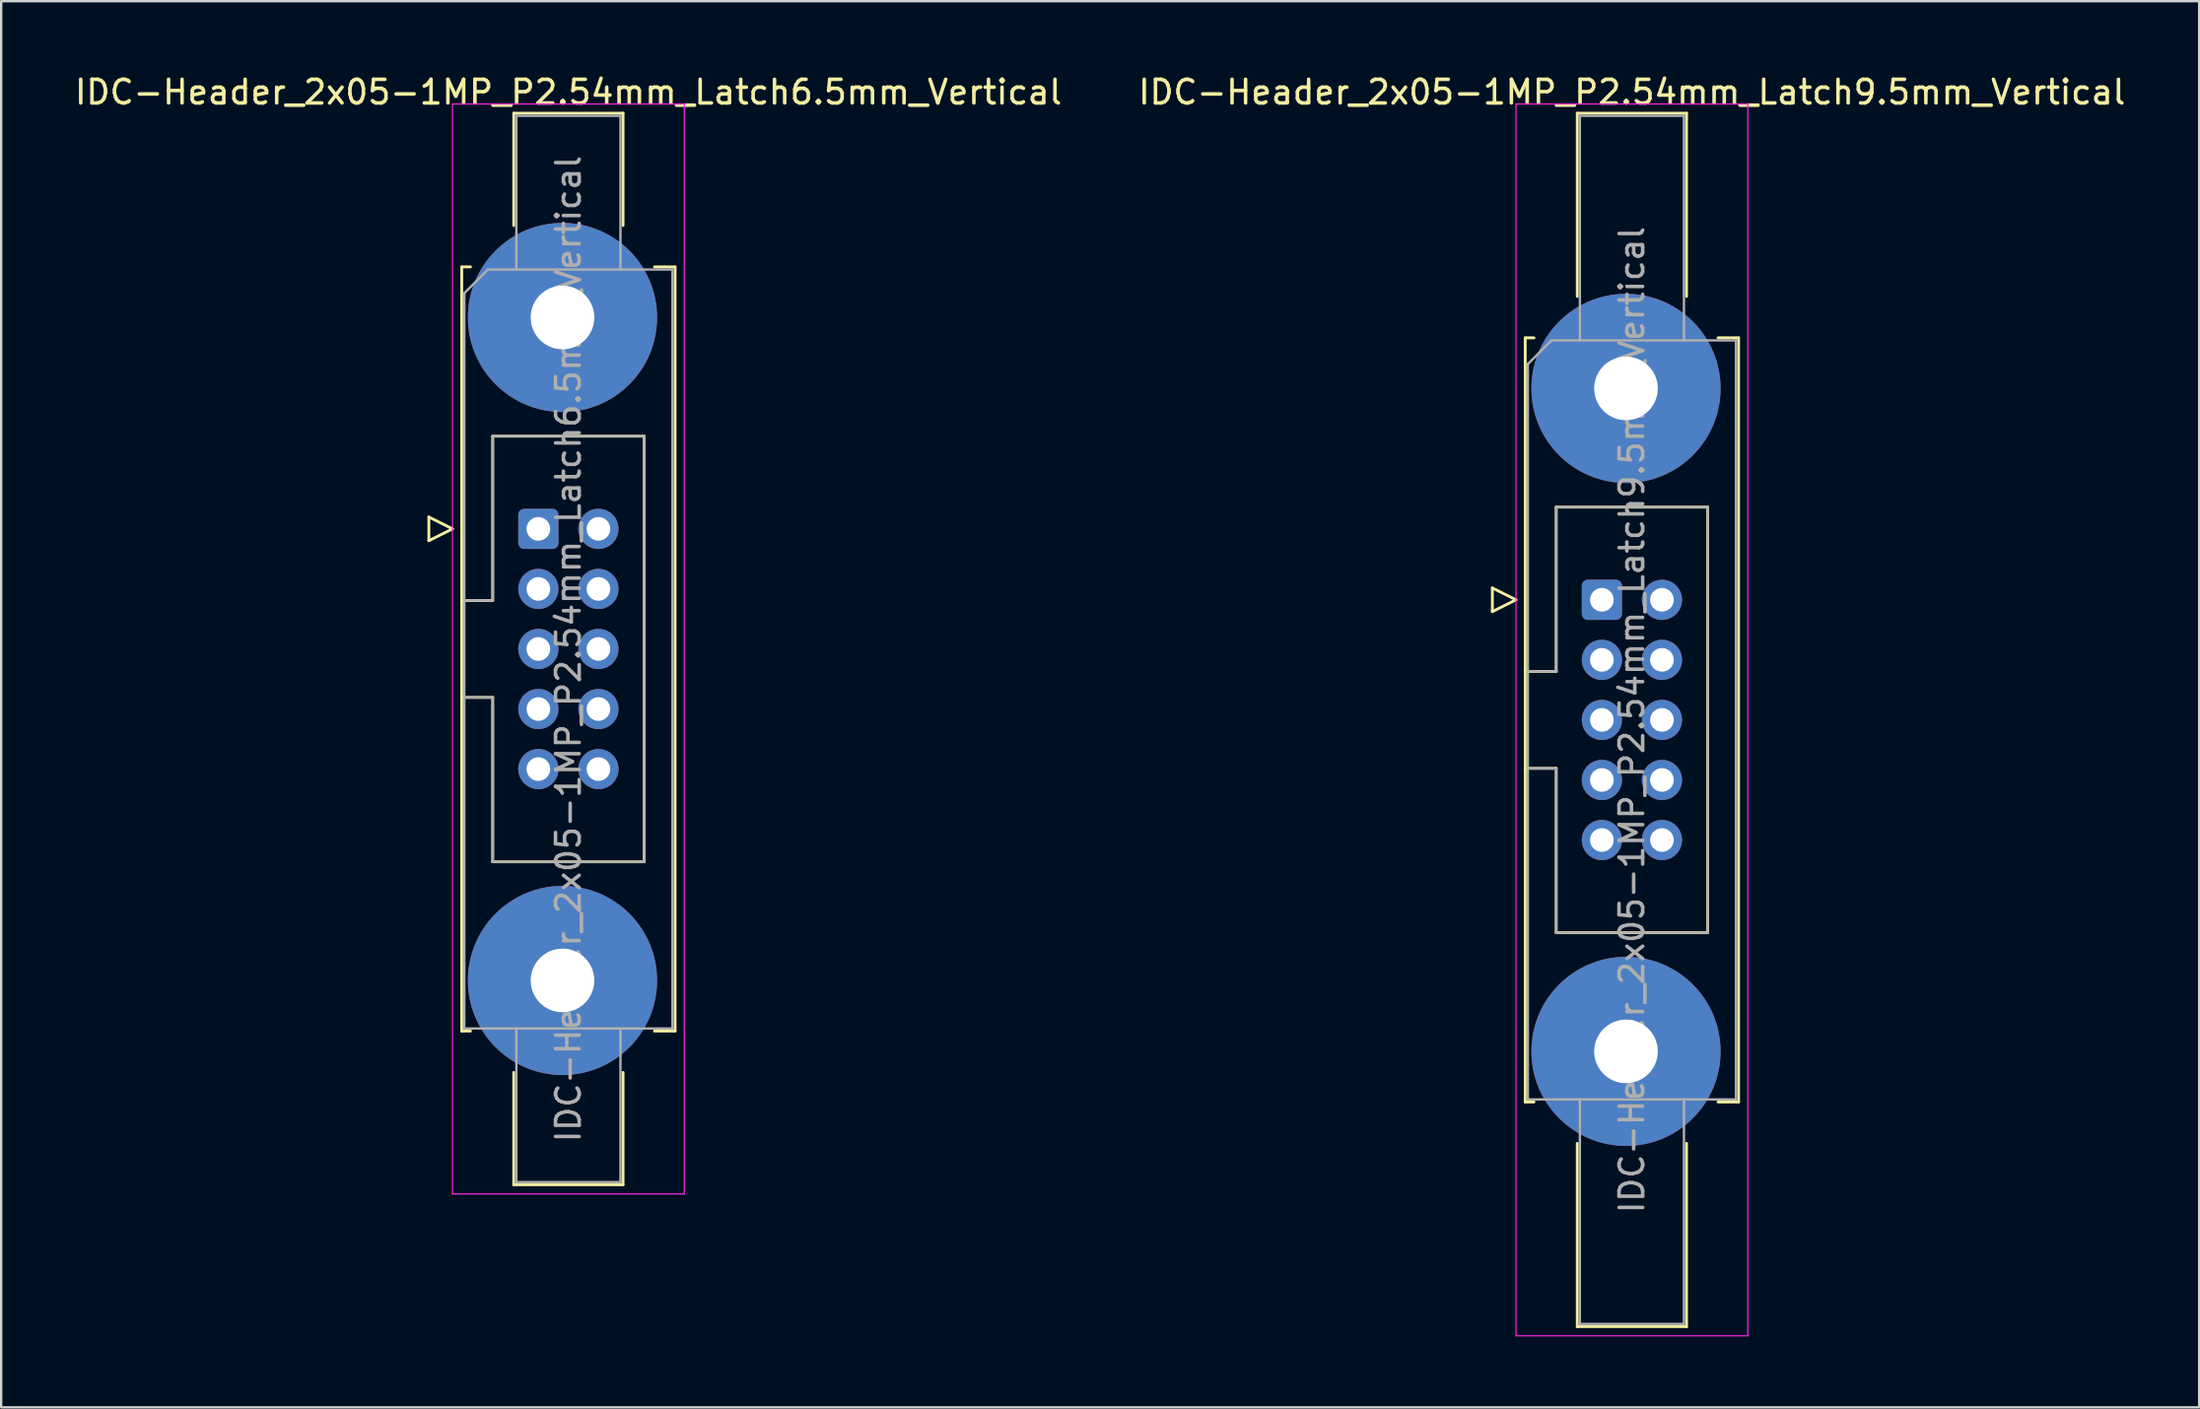
<source format=kicad_pcb>
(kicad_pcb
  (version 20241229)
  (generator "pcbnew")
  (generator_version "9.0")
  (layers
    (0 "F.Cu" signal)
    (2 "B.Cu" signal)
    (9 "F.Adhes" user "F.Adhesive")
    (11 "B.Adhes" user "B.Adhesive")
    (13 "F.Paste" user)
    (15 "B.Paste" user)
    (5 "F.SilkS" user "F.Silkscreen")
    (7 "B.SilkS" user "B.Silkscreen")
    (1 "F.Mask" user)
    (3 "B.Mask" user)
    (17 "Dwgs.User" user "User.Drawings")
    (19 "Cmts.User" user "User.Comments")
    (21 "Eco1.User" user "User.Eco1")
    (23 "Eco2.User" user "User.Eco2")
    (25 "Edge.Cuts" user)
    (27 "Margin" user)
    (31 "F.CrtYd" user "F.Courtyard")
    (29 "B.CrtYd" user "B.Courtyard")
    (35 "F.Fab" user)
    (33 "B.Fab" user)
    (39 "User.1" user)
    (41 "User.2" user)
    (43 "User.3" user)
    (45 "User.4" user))
  (footprint "IDC-Header_2x05-1MP_P2.54mm_Latch6.5mm_Vertical"
    (layer "F.Cu")
    (at 19.712 19.318)
    (property "Reference" "IDC-Header_2x05-1MP_P2.54mm_Latch6.5mm_Vertical" (at 1.27 -18.47 0) (layer "F.SilkS") (effects (font (size 1 1) (thickness 0.15))))
    (attr through_hole)
    (fp_line (start -4.63 -0.5) (end -4.63 0.5) (stroke (width 0.12) (type solid)) (layer "F.SilkS"))
    (fp_line (start -4.63 0.5) (end -3.63 0) (stroke (width 0.12) (type solid)) (layer "F.SilkS"))
    (fp_line (start -3.63 0) (end -4.63 -0.5) (stroke (width 0.12) (type solid)) (layer "F.SilkS"))
    (fp_line (start -3.24 -11.08) (end -3.24 21.24) (stroke (width 0.12) (type solid)) (layer "F.SilkS"))
    (fp_line (start -3.24 3.03) (end -1.93 3.03) (stroke (width 0.12) (type solid)) (layer "F.SilkS"))
    (fp_line (start -3.24 21.24) (end -2.87 21.24) (stroke (width 0.12) (type solid)) (layer "F.SilkS"))
    (fp_line (start -2.87 -11.08) (end -3.24 -11.08) (stroke (width 0.12) (type solid)) (layer "F.SilkS"))
    (fp_line (start -1.93 -3.92) (end 4.47 -3.92) (stroke (width 0.12) (type solid)) (layer "F.SilkS"))
    (fp_line (start -1.93 3.03) (end -1.93 -3.92) (stroke (width 0.12) (type solid)) (layer "F.SilkS"))
    (fp_line (start -1.93 7.13) (end -3.24 7.13) (stroke (width 0.12) (type solid)) (layer "F.SilkS"))
    (fp_line (start -1.93 14.08) (end -1.93 7.13) (stroke (width 0.12) (type solid)) (layer "F.SilkS"))
    (fp_line (start -1.04 -17.58) (end 3.58 -17.58) (stroke (width 0.12) (type solid)) (layer "F.SilkS"))
    (fp_line (start -1.04 -12.83) (end -1.04 -17.58) (stroke (width 0.12) (type solid)) (layer "F.SilkS"))
    (fp_line (start -1.04 22.99) (end -1.04 27.74) (stroke (width 0.12) (type solid)) (layer "F.SilkS"))
    (fp_line (start -1.04 27.74) (end 3.58 27.74) (stroke (width 0.12) (type solid)) (layer "F.SilkS"))
    (fp_line (start 3.58 -17.58) (end 3.58 -12.83) (stroke (width 0.12) (type solid)) (layer "F.SilkS"))
    (fp_line (start 3.58 27.74) (end 3.58 22.99) (stroke (width 0.12) (type solid)) (layer "F.SilkS"))
    (fp_line (start 4.47 -3.92) (end 4.47 14.08) (stroke (width 0.12) (type solid)) (layer "F.SilkS"))
    (fp_line (start 4.47 14.08) (end -1.93 14.08) (stroke (width 0.12) (type solid)) (layer "F.SilkS"))
    (fp_line (start 4.91 -11.08) (end 5.78 -11.08) (stroke (width 0.12) (type solid)) (layer "F.SilkS"))
    (fp_line (start 5.78 -11.08) (end 5.78 21.24) (stroke (width 0.12) (type solid)) (layer "F.SilkS"))
    (fp_line (start 5.78 21.24) (end 4.91 21.24) (stroke (width 0.12) (type solid)) (layer "F.SilkS"))
    (fp_line (start -3.63 -17.97) (end -3.63 28.13) (stroke (width 0.05) (type solid)) (layer "F.CrtYd"))
    (fp_line (start -3.63 28.13) (end 6.17 28.13) (stroke (width 0.05) (type solid)) (layer "F.CrtYd"))
    (fp_line (start 6.17 -17.97) (end -3.63 -17.97) (stroke (width 0.05) (type solid)) (layer "F.CrtYd"))
    (fp_line (start 6.17 28.13) (end 6.17 -17.97) (stroke (width 0.05) (type solid)) (layer "F.CrtYd"))
    (fp_line (start -3.13 -9.97) (end -2.13 -10.97) (stroke (width 0.1) (type solid)) (layer "F.Fab"))
    (fp_line (start -3.13 3.03) (end -1.93 3.03) (stroke (width 0.1) (type solid)) (layer "F.Fab"))
    (fp_line (start -3.13 21.13) (end -3.13 -9.97) (stroke (width 0.1) (type solid)) (layer "F.Fab"))
    (fp_line (start -2.13 -10.97) (end 5.67 -10.97) (stroke (width 0.1) (type solid)) (layer "F.Fab"))
    (fp_line (start -1.93 -3.92) (end 4.47 -3.92) (stroke (width 0.1) (type solid)) (layer "F.Fab"))
    (fp_line (start -1.93 3.03) (end -1.93 -3.92) (stroke (width 0.1) (type solid)) (layer "F.Fab"))
    (fp_line (start -1.93 7.13) (end -3.13 7.13) (stroke (width 0.1) (type solid)) (layer "F.Fab"))
    (fp_line (start -1.93 14.08) (end -1.93 7.13) (stroke (width 0.1) (type solid)) (layer "F.Fab"))
    (fp_line (start -0.93 -17.47) (end 3.47 -17.47) (stroke (width 0.1) (type solid)) (layer "F.Fab"))
    (fp_line (start -0.93 -10.97) (end -0.93 -17.47) (stroke (width 0.1) (type solid)) (layer "F.Fab"))
    (fp_line (start -0.93 21.13) (end -0.93 27.63) (stroke (width 0.1) (type solid)) (layer "F.Fab"))
    (fp_line (start -0.93 27.63) (end 3.47 27.63) (stroke (width 0.1) (type solid)) (layer "F.Fab"))
    (fp_line (start 3.47 -17.47) (end 3.47 -10.97) (stroke (width 0.1) (type solid)) (layer "F.Fab"))
    (fp_line (start 3.47 27.63) (end 3.47 21.13) (stroke (width 0.1) (type solid)) (layer "F.Fab"))
    (fp_line (start 4.47 -3.92) (end 4.47 14.08) (stroke (width 0.1) (type solid)) (layer "F.Fab"))
    (fp_line (start 4.47 14.08) (end -1.93 14.08) (stroke (width 0.1) (type solid)) (layer "F.Fab"))
    (fp_line (start 5.67 -10.97) (end 5.67 21.13) (stroke (width 0.1) (type solid)) (layer "F.Fab"))
    (fp_line (start 5.67 21.13) (end -3.13 21.13) (stroke (width 0.1) (type solid)) (layer "F.Fab"))
    (fp_text user "${REFERENCE}" (at 1.27 5.08 90) (layer "F.Fab") (effects (font (size 1 1) (thickness 0.15))))
    (pad "1" thru_hole roundrect (at 0 0) (size 1.7 1.7) (drill 1) (layers "*.Cu" "*.Mask") (roundrect_rratio 0.147))
    (pad "2" thru_hole circle (at 2.54 0) (size 1.7 1.7) (drill 1) (layers "*.Cu" "*.Mask"))
    (pad "3" thru_hole circle (at 0 2.54) (size 1.7 1.7) (drill 1) (layers "*.Cu" "*.Mask"))
    (pad "4" thru_hole circle (at 2.54 2.54) (size 1.7 1.7) (drill 1) (layers "*.Cu" "*.Mask"))
    (pad "5" thru_hole circle (at 0 5.08) (size 1.7 1.7) (drill 1) (layers "*.Cu" "*.Mask"))
    (pad "6" thru_hole circle (at 2.54 5.08) (size 1.7 1.7) (drill 1) (layers "*.Cu" "*.Mask"))
    (pad "7" thru_hole circle (at 0 7.62) (size 1.7 1.7) (drill 1) (layers "*.Cu" "*.Mask"))
    (pad "8" thru_hole circle (at 2.54 7.62) (size 1.7 1.7) (drill 1) (layers "*.Cu" "*.Mask"))
    (pad "9" thru_hole circle (at 0 10.16) (size 1.7 1.7) (drill 1) (layers "*.Cu" "*.Mask"))
    (pad "10" thru_hole circle (at 2.54 10.16) (size 1.7 1.7) (drill 1) (layers "*.Cu" "*.Mask"))
    (pad "MP" thru_hole circle (at 1.02 -8.94) (size 8 8) (drill 2.69) (layers "*.Cu" "*.Mask"))
    (pad "MP" thru_hole circle (at 1.02 19.1) (size 8 8) (drill 2.69) (layers "*.Cu" "*.Mask")))
  (footprint "IDC-Header_2x05-1MP_P2.54mm_Latch9.5mm_Vertical"
    (layer "F.Cu")
    (at 64.676 22.318)
    (property "Reference" "IDC-Header_2x05-1MP_P2.54mm_Latch9.5mm_Vertical" (at 1.27 -21.47 0) (layer "F.SilkS") (effects (font (size 1 1) (thickness 0.15))))
    (attr through_hole)
    (fp_line (start -4.63 -0.5) (end -4.63 0.5) (stroke (width 0.12) (type solid)) (layer "F.SilkS"))
    (fp_line (start -4.63 0.5) (end -3.63 0) (stroke (width 0.12) (type solid)) (layer "F.SilkS"))
    (fp_line (start -3.63 0) (end -4.63 -0.5) (stroke (width 0.12) (type solid)) (layer "F.SilkS"))
    (fp_line (start -3.24 -11.08) (end -3.24 21.24) (stroke (width 0.12) (type solid)) (layer "F.SilkS"))
    (fp_line (start -3.24 3.03) (end -1.93 3.03) (stroke (width 0.12) (type solid)) (layer "F.SilkS"))
    (fp_line (start -3.24 21.24) (end -2.87 21.24) (stroke (width 0.12) (type solid)) (layer "F.SilkS"))
    (fp_line (start -2.87 -11.08) (end -3.24 -11.08) (stroke (width 0.12) (type solid)) (layer "F.SilkS"))
    (fp_line (start -1.93 -3.92) (end 4.47 -3.92) (stroke (width 0.12) (type solid)) (layer "F.SilkS"))
    (fp_line (start -1.93 3.03) (end -1.93 -3.92) (stroke (width 0.12) (type solid)) (layer "F.SilkS"))
    (fp_line (start -1.93 7.13) (end -3.24 7.13) (stroke (width 0.12) (type solid)) (layer "F.SilkS"))
    (fp_line (start -1.93 14.08) (end -1.93 7.13) (stroke (width 0.12) (type solid)) (layer "F.SilkS"))
    (fp_line (start -1.04 -20.58) (end 3.58 -20.58) (stroke (width 0.12) (type solid)) (layer "F.SilkS"))
    (fp_line (start -1.04 -12.83) (end -1.04 -20.58) (stroke (width 0.12) (type solid)) (layer "F.SilkS"))
    (fp_line (start -1.04 22.99) (end -1.04 30.74) (stroke (width 0.12) (type solid)) (layer "F.SilkS"))
    (fp_line (start -1.04 30.74) (end 3.58 30.74) (stroke (width 0.12) (type solid)) (layer "F.SilkS"))
    (fp_line (start 3.58 -20.58) (end 3.58 -12.83) (stroke (width 0.12) (type solid)) (layer "F.SilkS"))
    (fp_line (start 3.58 30.74) (end 3.58 22.99) (stroke (width 0.12) (type solid)) (layer "F.SilkS"))
    (fp_line (start 4.47 -3.92) (end 4.47 14.08) (stroke (width 0.12) (type solid)) (layer "F.SilkS"))
    (fp_line (start 4.47 14.08) (end -1.93 14.08) (stroke (width 0.12) (type solid)) (layer "F.SilkS"))
    (fp_line (start 4.91 -11.08) (end 5.78 -11.08) (stroke (width 0.12) (type solid)) (layer "F.SilkS"))
    (fp_line (start 5.78 -11.08) (end 5.78 21.24) (stroke (width 0.12) (type solid)) (layer "F.SilkS"))
    (fp_line (start 5.78 21.24) (end 4.91 21.24) (stroke (width 0.12) (type solid)) (layer "F.SilkS"))
    (fp_line (start -3.63 -20.97) (end -3.63 31.13) (stroke (width 0.05) (type solid)) (layer "F.CrtYd"))
    (fp_line (start -3.63 31.13) (end 6.17 31.13) (stroke (width 0.05) (type solid)) (layer "F.CrtYd"))
    (fp_line (start 6.17 -20.97) (end -3.63 -20.97) (stroke (width 0.05) (type solid)) (layer "F.CrtYd"))
    (fp_line (start 6.17 31.13) (end 6.17 -20.97) (stroke (width 0.05) (type solid)) (layer "F.CrtYd"))
    (fp_line (start -3.13 -9.97) (end -2.13 -10.97) (stroke (width 0.1) (type solid)) (layer "F.Fab"))
    (fp_line (start -3.13 3.03) (end -1.93 3.03) (stroke (width 0.1) (type solid)) (layer "F.Fab"))
    (fp_line (start -3.13 21.13) (end -3.13 -9.97) (stroke (width 0.1) (type solid)) (layer "F.Fab"))
    (fp_line (start -2.13 -10.97) (end 5.67 -10.97) (stroke (width 0.1) (type solid)) (layer "F.Fab"))
    (fp_line (start -1.93 -3.92) (end 4.47 -3.92) (stroke (width 0.1) (type solid)) (layer "F.Fab"))
    (fp_line (start -1.93 3.03) (end -1.93 -3.92) (stroke (width 0.1) (type solid)) (layer "F.Fab"))
    (fp_line (start -1.93 7.13) (end -3.13 7.13) (stroke (width 0.1) (type solid)) (layer "F.Fab"))
    (fp_line (start -1.93 14.08) (end -1.93 7.13) (stroke (width 0.1) (type solid)) (layer "F.Fab"))
    (fp_line (start -0.93 -20.47) (end 3.47 -20.47) (stroke (width 0.1) (type solid)) (layer "F.Fab"))
    (fp_line (start -0.93 -10.97) (end -0.93 -20.47) (stroke (width 0.1) (type solid)) (layer "F.Fab"))
    (fp_line (start -0.93 21.13) (end -0.93 30.63) (stroke (width 0.1) (type solid)) (layer "F.Fab"))
    (fp_line (start -0.93 30.63) (end 3.47 30.63) (stroke (width 0.1) (type solid)) (layer "F.Fab"))
    (fp_line (start 3.47 -20.47) (end 3.47 -10.97) (stroke (width 0.1) (type solid)) (layer "F.Fab"))
    (fp_line (start 3.47 30.63) (end 3.47 21.13) (stroke (width 0.1) (type solid)) (layer "F.Fab"))
    (fp_line (start 4.47 -3.92) (end 4.47 14.08) (stroke (width 0.1) (type solid)) (layer "F.Fab"))
    (fp_line (start 4.47 14.08) (end -1.93 14.08) (stroke (width 0.1) (type solid)) (layer "F.Fab"))
    (fp_line (start 5.67 -10.97) (end 5.67 21.13) (stroke (width 0.1) (type solid)) (layer "F.Fab"))
    (fp_line (start 5.67 21.13) (end -3.13 21.13) (stroke (width 0.1) (type solid)) (layer "F.Fab"))
    (fp_text user "${REFERENCE}" (at 1.27 5.08 90) (layer "F.Fab") (effects (font (size 1 1) (thickness 0.15))))
    (pad "1" thru_hole roundrect (at 0 0) (size 1.7 1.7) (drill 1) (layers "*.Cu" "*.Mask") (roundrect_rratio 0.147))
    (pad "2" thru_hole circle (at 2.54 0) (size 1.7 1.7) (drill 1) (layers "*.Cu" "*.Mask"))
    (pad "3" thru_hole circle (at 0 2.54) (size 1.7 1.7) (drill 1) (layers "*.Cu" "*.Mask"))
    (pad "4" thru_hole circle (at 2.54 2.54) (size 1.7 1.7) (drill 1) (layers "*.Cu" "*.Mask"))
    (pad "5" thru_hole circle (at 0 5.08) (size 1.7 1.7) (drill 1) (layers "*.Cu" "*.Mask"))
    (pad "6" thru_hole circle (at 2.54 5.08) (size 1.7 1.7) (drill 1) (layers "*.Cu" "*.Mask"))
    (pad "7" thru_hole circle (at 0 7.62) (size 1.7 1.7) (drill 1) (layers "*.Cu" "*.Mask"))
    (pad "8" thru_hole circle (at 2.54 7.62) (size 1.7 1.7) (drill 1) (layers "*.Cu" "*.Mask"))
    (pad "9" thru_hole circle (at 0 10.16) (size 1.7 1.7) (drill 1) (layers "*.Cu" "*.Mask"))
    (pad "10" thru_hole circle (at 2.54 10.16) (size 1.7 1.7) (drill 1) (layers "*.Cu" "*.Mask"))
    (pad "MP" thru_hole circle (at 1.02 -8.94) (size 8 8) (drill 2.69) (layers "*.Cu" "*.Mask"))
    (pad "MP" thru_hole circle (at 1.02 19.1) (size 8 8) (drill 2.69) (layers "*.Cu" "*.Mask")))
  (gr_rect
    (start -3 -3)
    (end 89.929 56.473)
    (stroke (width 0.1) (type default))
    (fill no)
    (layer "Edge.Cuts")))
</source>
